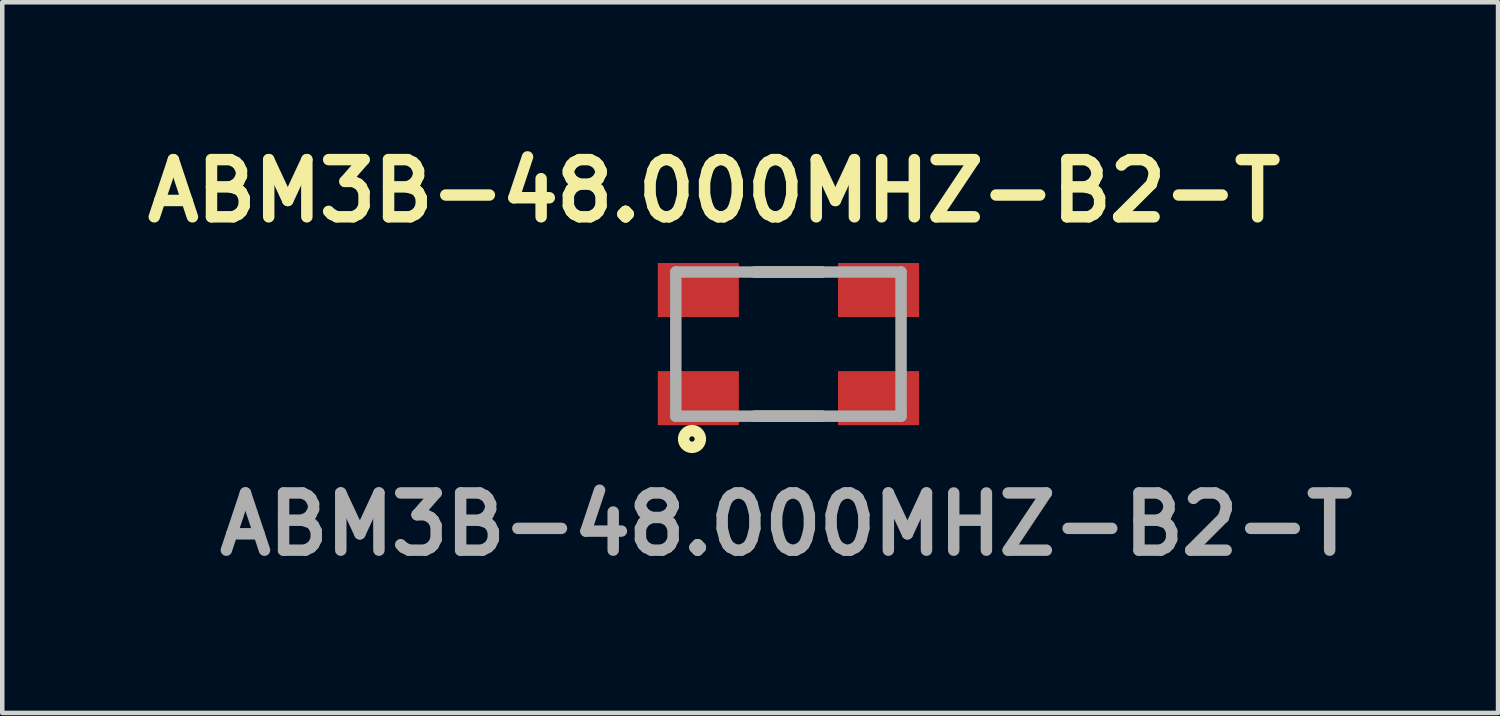
<source format=kicad_pcb>
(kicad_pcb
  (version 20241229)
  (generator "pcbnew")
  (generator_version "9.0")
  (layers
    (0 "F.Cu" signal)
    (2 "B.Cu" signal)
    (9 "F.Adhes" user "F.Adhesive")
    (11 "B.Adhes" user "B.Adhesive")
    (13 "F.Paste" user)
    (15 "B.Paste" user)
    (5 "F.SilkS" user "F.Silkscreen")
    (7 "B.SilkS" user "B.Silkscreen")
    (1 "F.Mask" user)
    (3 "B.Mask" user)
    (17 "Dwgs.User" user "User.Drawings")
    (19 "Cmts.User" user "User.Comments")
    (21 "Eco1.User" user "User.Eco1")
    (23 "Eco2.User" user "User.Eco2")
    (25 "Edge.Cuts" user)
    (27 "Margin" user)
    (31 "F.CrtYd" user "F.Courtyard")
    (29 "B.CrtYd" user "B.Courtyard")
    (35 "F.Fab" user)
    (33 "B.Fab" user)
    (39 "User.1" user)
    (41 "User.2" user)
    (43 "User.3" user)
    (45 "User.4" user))
  (footprint "ABM3B-48.000MHZ-B2-T"
    (layer "F.Cu")
    (at 14.453 4.589)
    (property "Reference" "ABM3B-48.000MHZ-B2-T" (at -1.65 -3.4 0) (layer "F.SilkS") (effects (font (size 1.27 1.27) (thickness 0.254))))
    (attr smd)
    (fp_line (start -0.75 -1.6) (end 0.75 -1.6) (stroke (width 0.254) (type solid)) (layer "F.SilkS"))
    (fp_line (start -0.75 1.6) (end 0.75 1.6) (stroke (width 0.254) (type solid)) (layer "F.SilkS"))
    (fp_circle (center -2.141 2.106) (end -2.141 2.165) (stroke (width 0.254) (type solid)) (fill no) (layer "F.SilkS"))
    (fp_line (start -2.5 -1.6) (end 2.5 -1.6) (stroke (width 0.254) (type solid)) (layer "F.Fab"))
    (fp_line (start -2.5 1.6) (end -2.5 -1.6) (stroke (width 0.254) (type solid)) (layer "F.Fab"))
    (fp_line (start 2.5 -1.6) (end 2.5 1.6) (stroke (width 0.254) (type solid)) (layer "F.Fab"))
    (fp_line (start 2.5 1.6) (end -2.5 1.6) (stroke (width 0.254) (type solid)) (layer "F.Fab"))
    (fp_text user "${REFERENCE}" (at -0.05 4 0) (layer "F.Fab") (effects (font (size 1.27 1.27) (thickness 0.254))))
    (pad "1" smd rect (at -2 1.2 90) (size 1.2 1.8) (layers "F.Cu" "F.Mask" "F.Paste"))
    (pad "2" smd rect (at 2 1.2 90) (size 1.2 1.8) (layers "F.Cu" "F.Mask" "F.Paste"))
    (pad "3" smd rect (at 2 -1.2 90) (size 1.2 1.8) (layers "F.Cu" "F.Mask" "F.Paste"))
    (pad "4" smd rect (at -2 -1.2 90) (size 1.2 1.8) (layers "F.Cu" "F.Mask" "F.Paste")))
  (gr_rect
    (start -3 -3)
    (end 30.206 12.777)
    (stroke (width 0.1) (type default))
    (fill no)
    (layer "Edge.Cuts")))
</source>
